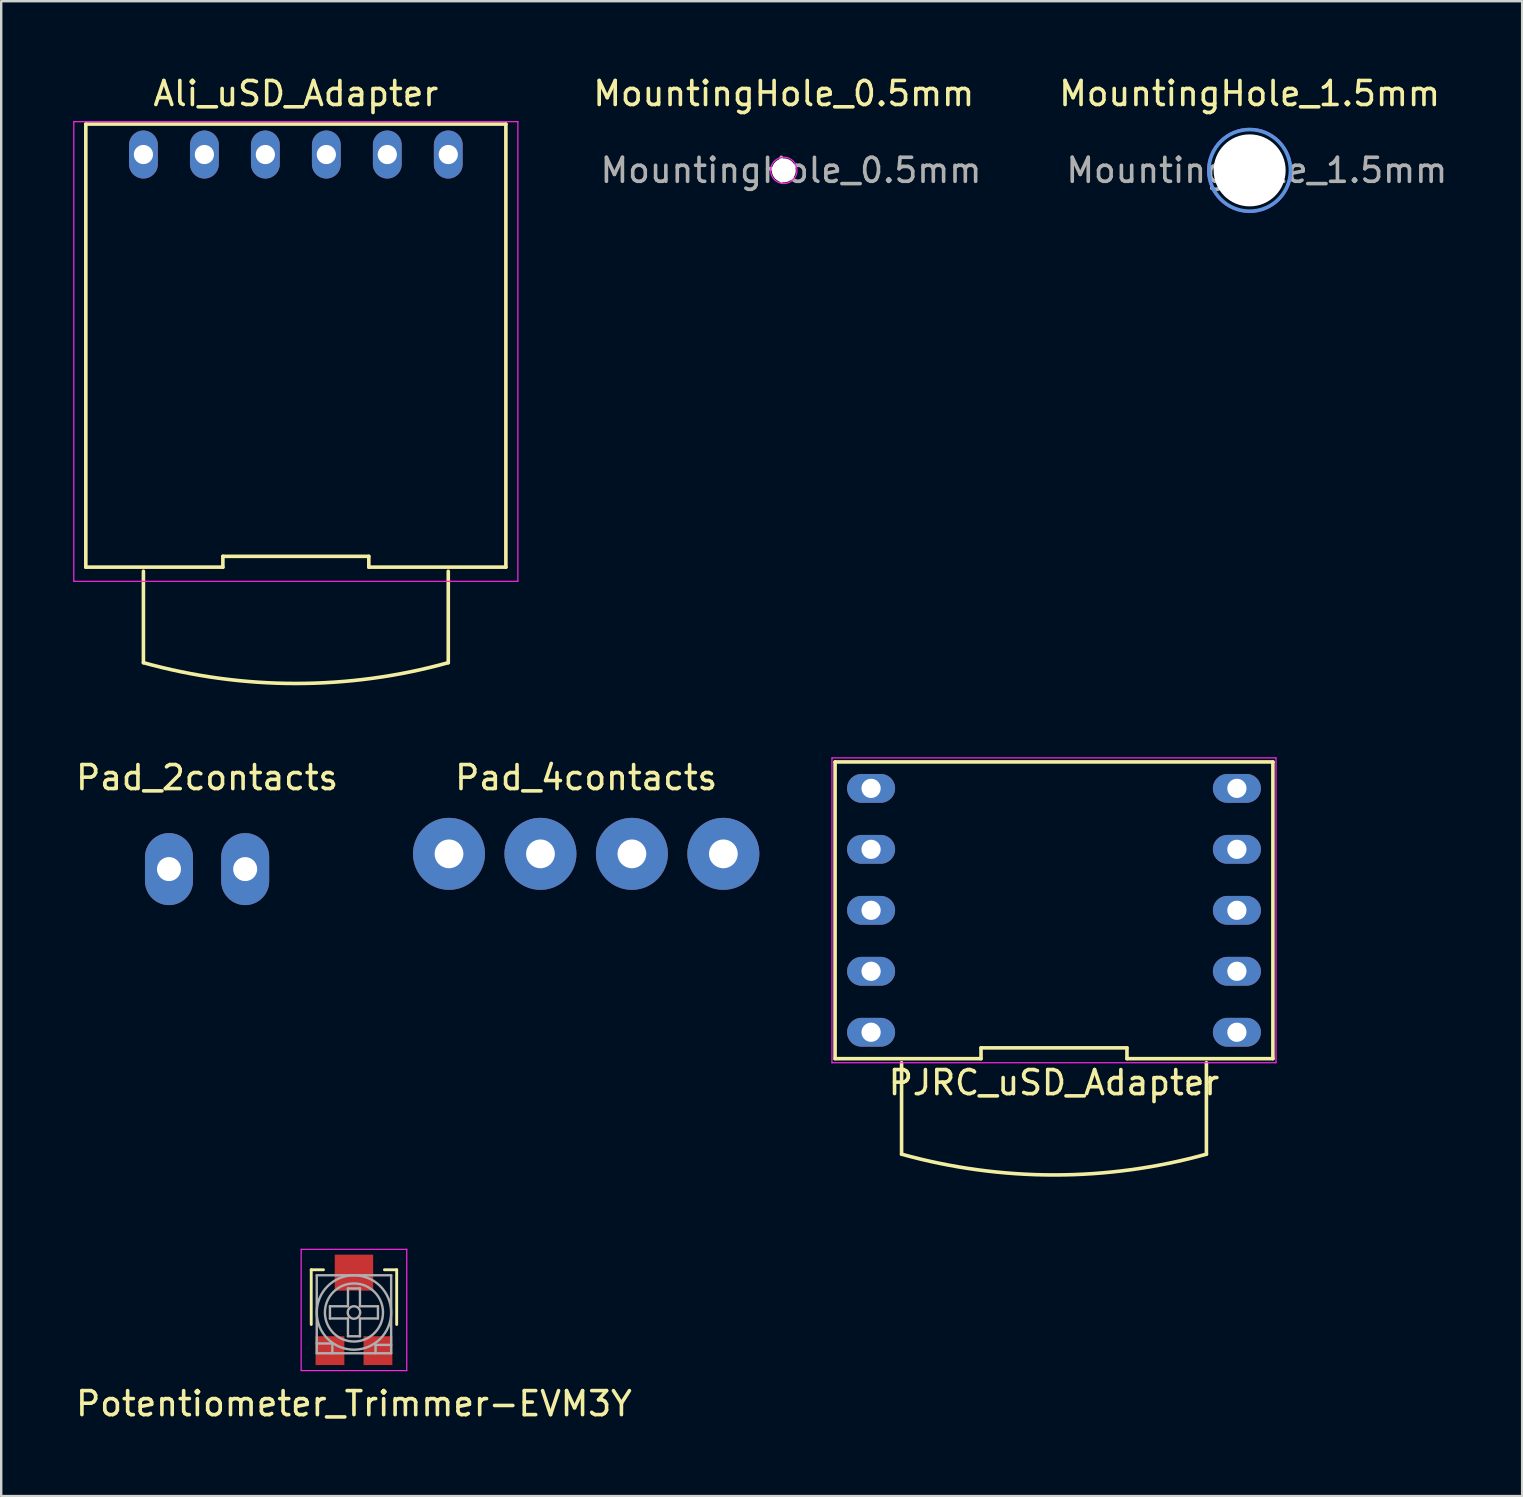
<source format=kicad_pcb>
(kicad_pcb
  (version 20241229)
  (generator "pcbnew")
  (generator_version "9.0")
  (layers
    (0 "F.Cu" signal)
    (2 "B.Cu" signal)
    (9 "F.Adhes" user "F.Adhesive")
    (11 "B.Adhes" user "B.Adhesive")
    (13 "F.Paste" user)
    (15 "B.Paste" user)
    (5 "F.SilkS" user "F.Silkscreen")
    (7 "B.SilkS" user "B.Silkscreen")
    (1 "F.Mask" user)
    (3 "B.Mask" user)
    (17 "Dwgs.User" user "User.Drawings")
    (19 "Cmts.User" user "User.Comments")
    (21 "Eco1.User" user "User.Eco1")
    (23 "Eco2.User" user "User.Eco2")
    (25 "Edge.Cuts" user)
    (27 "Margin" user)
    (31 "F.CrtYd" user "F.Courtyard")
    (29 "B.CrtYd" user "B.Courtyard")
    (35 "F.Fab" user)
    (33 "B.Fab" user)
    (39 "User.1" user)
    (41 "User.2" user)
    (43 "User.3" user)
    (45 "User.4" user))
  (footprint "MountingHole_0.5mm"
    (layer "F.Cu")
    (at 29.604 4.048)
    (property "Reference" "MountingHole_0.5mm" (at 0 -3.2 0) (layer "F.SilkS") (effects (font (size 1 1) (thickness 0.15))))
    (attr exclude_from_pos_files exclude_from_bom)
    (fp_circle (center 0 0) (end 0.55 0) (stroke (width 0.05) (type solid)) (fill no) (layer "F.CrtYd"))
    (fp_text user "${REFERENCE}" (at 0.3 0 0) (layer "F.Fab") (effects (font (size 1 1) (thickness 0.15))))
    (pad "" np_thru_hole circle (at 0 0) (size 1 1) (drill 1) (layers "*.Cu" "*.Mask")))
  (footprint "Ali_uSD_Adapter"
    (layer "F.Cu")
    (at 9.275 12.278)
    (property "Reference" "Ali_uSD_Adapter" (at 0 -11.43 180) (layer "F.SilkS") (effects (font (size 1 1) (thickness 0.15))))
    (attr through_hole)
    (fp_line (start -8.75 -10.16) (end -8.75 8.3) (stroke (width 0.15) (type solid)) (layer "F.SilkS"))
    (fp_line (start -8.75 8.3) (end -3.04 8.3) (stroke (width 0.15) (type solid)) (layer "F.SilkS"))
    (fp_line (start -6.35 12.28) (end -6.35 8.47) (stroke (width 0.15) (type solid)) (layer "F.SilkS"))
    (fp_line (start -3.04 7.85) (end 3.04 7.85) (stroke (width 0.15) (type solid)) (layer "F.SilkS"))
    (fp_line (start -3.04 8.3) (end -3.04 7.85) (stroke (width 0.15) (type solid)) (layer "F.SilkS"))
    (fp_line (start 3.04 7.85) (end 3.04 8.3) (stroke (width 0.15) (type solid)) (layer "F.SilkS"))
    (fp_line (start 3.04 8.3) (end 8.75 8.3) (stroke (width 0.15) (type solid)) (layer "F.SilkS"))
    (fp_line (start 6.35 12.28) (end 6.35 8.47) (stroke (width 0.15) (type solid)) (layer "F.SilkS"))
    (fp_line (start 8.75 -10.16) (end -8.75 -10.16) (stroke (width 0.15) (type solid)) (layer "F.SilkS"))
    (fp_line (start 8.75 8.3) (end 8.75 -10.16) (stroke (width 0.15) (type solid)) (layer "F.SilkS"))
    (fp_arc (start 6.35 12.279999) (mid 0 13.145557) (end -6.349999 12.279999) (stroke (width 0.15) (type solid)) (layer "F.SilkS"))
    (fp_line (start -9.25 -10.26) (end 9.25 -10.26) (stroke (width 0.05) (type solid)) (layer "F.CrtYd"))
    (fp_line (start -9.25 8.89) (end -9.25 -10.26) (stroke (width 0.05) (type solid)) (layer "F.CrtYd"))
    (fp_line (start 9.25 -10.26) (end 9.25 8.89) (stroke (width 0.05) (type solid)) (layer "F.CrtYd"))
    (fp_line (start 9.25 8.89) (end -9.25 8.89) (stroke (width 0.05) (type solid)) (layer "F.CrtYd"))
    (pad "1" thru_hole oval (at 6.35 -8.89 180) (size 1.2 2) (drill 0.8) (layers "*.Cu" "*.Mask"))
    (pad "2" thru_hole oval (at 3.81 -8.89 180) (size 1.2 2) (drill 0.8) (layers "*.Cu" "*.Mask"))
    (pad "3" thru_hole oval (at 1.27 -8.89 180) (size 1.2 2) (drill 0.8) (layers "*.Cu" "*.Mask"))
    (pad "4" thru_hole oval (at -1.27 -8.89 180) (size 1.2 2) (drill 0.8) (layers "*.Cu" "*.Mask"))
    (pad "5" thru_hole oval (at -3.81 -8.89 180) (size 1.2 2) (drill 0.8) (layers "*.Cu" "*.Mask"))
    (pad "6" thru_hole oval (at -6.35 -8.89 180) (size 1.2 2) (drill 0.8) (layers "*.Cu" "*.Mask")))
  (footprint "PJRC_uSD_Adapter"
    (layer "F.Cu")
    (at 40.86 34.874)
    (property "Reference" "PJRC_uSD_Adapter" (at 0 7.18 180) (layer "F.SilkS") (effects (font (size 1 1) (thickness 0.15))))
    (attr through_hole)
    (fp_line (start -9.12 -6.18) (end -9.12 6.18) (stroke (width 0.15) (type solid)) (layer "F.SilkS"))
    (fp_line (start -9.12 6.18) (end -3.04 6.18) (stroke (width 0.15) (type solid)) (layer "F.SilkS"))
    (fp_line (start -6.35 10.16) (end -6.35 6.35) (stroke (width 0.15) (type solid)) (layer "F.SilkS"))
    (fp_line (start -3.04 5.73) (end 3.04 5.73) (stroke (width 0.15) (type solid)) (layer "F.SilkS"))
    (fp_line (start -3.04 6.18) (end -3.04 5.73) (stroke (width 0.15) (type solid)) (layer "F.SilkS"))
    (fp_line (start 3.04 5.73) (end 3.04 6.18) (stroke (width 0.15) (type solid)) (layer "F.SilkS"))
    (fp_line (start 3.04 6.18) (end 9.12 6.18) (stroke (width 0.15) (type solid)) (layer "F.SilkS"))
    (fp_line (start 6.35 10.16) (end 6.35 6.35) (stroke (width 0.15) (type solid)) (layer "F.SilkS"))
    (fp_line (start 9.12 -6.18) (end -9.12 -6.18) (stroke (width 0.15) (type solid)) (layer "F.SilkS"))
    (fp_line (start 9.12 6.18) (end 9.12 -6.18) (stroke (width 0.15) (type solid)) (layer "F.SilkS"))
    (fp_arc (start 6.35 10.159999) (mid 0 11.025557) (end -6.349999 10.159999) (stroke (width 0.15) (type solid)) (layer "F.SilkS"))
    (fp_line (start -9.25 -6.35) (end 9.25 -6.35) (stroke (width 0.05) (type solid)) (layer "F.CrtYd"))
    (fp_line (start -9.25 6.35) (end -9.25 -6.35) (stroke (width 0.05) (type solid)) (layer "F.CrtYd"))
    (fp_line (start 9.25 -6.35) (end 9.25 6.35) (stroke (width 0.05) (type solid)) (layer "F.CrtYd"))
    (fp_line (start 9.25 6.35) (end -9.25 6.35) (stroke (width 0.05) (type solid)) (layer "F.CrtYd"))
    (pad "1" thru_hole oval (at 7.62 5.08 90) (size 1.2 2) (drill 0.8) (layers "*.Cu" "*.Mask"))
    (pad "2" thru_hole oval (at 7.62 2.54 90) (size 1.2 2) (drill 0.8) (layers "*.Cu" "*.Mask"))
    (pad "3" thru_hole oval (at 7.62 0 90) (size 1.2 2) (drill 0.8) (layers "*.Cu" "*.Mask"))
    (pad "4" thru_hole oval (at 7.62 -2.54 90) (size 1.2 2) (drill 0.8) (layers "*.Cu" "*.Mask"))
    (pad "5" thru_hole oval (at 7.62 -5.08 90) (size 1.2 2) (drill 0.8) (layers "*.Cu" "*.Mask"))
    (pad "6" thru_hole oval (at -7.62 -5.08 90) (size 1.2 2) (drill 0.8) (layers "*.Cu" "*.Mask"))
    (pad "7" thru_hole oval (at -7.62 -2.54 90) (size 1.2 2) (drill 0.8) (layers "*.Cu" "*.Mask"))
    (pad "8" thru_hole oval (at -7.62 0 90) (size 1.2 2) (drill 0.8) (layers "*.Cu" "*.Mask"))
    (pad "9" thru_hole oval (at -7.62 2.54 90) (size 1.2 2) (drill 0.8) (layers "*.Cu" "*.Mask"))
    (pad "10" thru_hole oval (at -7.62 5.08 90) (size 1.2 2) (drill 0.8) (layers "*.Cu" "*.Mask")))
  (footprint "Pad_2contacts"
    (layer "F.Cu")
    (at 5.577 33.157)
    (property "Reference" "Pad_2contacts" (at 0 -3.81 0) (layer "F.SilkS") (effects (font (size 1 1) (thickness 0.15))))
    (attr through_hole)
    (pad "1" thru_hole oval (at -1.587 0) (size 2 3) (drill 1) (layers "*.Cu" "*.Mask"))
    (pad "2" thru_hole oval (at 1.587 0) (size 2 3) (drill 1) (layers "*.Cu" "*.Mask")))
  (footprint "MountingHole_1.5mm"
    (layer "F.Cu")
    (at 49.011 4.048)
    (property "Reference" "MountingHole_1.5mm" (at 0 -3.2 0) (layer "F.SilkS") (effects (font (size 1 1) (thickness 0.15))))
    (attr exclude_from_pos_files exclude_from_bom)
    (fp_circle (center 0 0) (end 1.7 0) (stroke (width 0.15) (type solid)) (fill no) (layer "Cmts.User"))
    (fp_circle (center 0 0) (end 1.75 0) (stroke (width 0.05) (type solid)) (fill no) (layer "F.CrtYd"))
    (fp_text user "${REFERENCE}" (at 0.3 0 0) (layer "F.Fab") (effects (font (size 1 1) (thickness 0.15))))
    (pad "" np_thru_hole circle (at 0 0) (size 3 3) (drill 3) (layers "*.Cu" "*.Mask")))
  (footprint "Pad_4contacts"
    (layer "F.Cu")
    (at 21.37 32.522)
    (property "Reference" "Pad_4contacts" (at 0 -3.175 0) (layer "F.SilkS") (effects (font (size 1 1) (thickness 0.15))))
    (attr through_hole)
    (pad "1" thru_hole circle (at -5.715 0) (size 3 3) (drill 1.199) (layers "*.Cu" "*.Mask"))
    (pad "2" thru_hole circle (at -1.905 0) (size 3 3) (drill 1.199) (layers "*.Cu" "*.Mask"))
    (pad "3" thru_hole circle (at 1.905 0) (size 3 3) (drill 1.199) (layers "*.Cu" "*.Mask"))
    (pad "4" thru_hole circle (at 5.715 0) (size 3 3) (drill 1.199) (layers "*.Cu" "*.Mask")))
  (footprint "Potentiometer_Trimmer-EVM3Y"
    (layer "F.Cu")
    (at 11.696 51.619)
    (property "Reference" "Potentiometer_Trimmer-EVM3Y" (at 0 3.81 0) (layer "F.SilkS") (effects (font (size 1 1) (thickness 0.15))))
    (attr smd)
    (fp_line (start -1.78 -1.77) (end -1.27 -1.77) (stroke (width 0.12) (type solid)) (layer "F.SilkS"))
    (fp_line (start -1.78 0.51) (end -1.78 -1.77) (stroke (width 0.12) (type solid)) (layer "F.SilkS"))
    (fp_line (start 1.27 -1.77) (end 1.78 -1.77) (stroke (width 0.12) (type solid)) (layer "F.SilkS"))
    (fp_line (start 1.78 -1.77) (end 1.78 0.51) (stroke (width 0.12) (type solid)) (layer "F.SilkS"))
    (fp_line (start -2.2 -2.62) (end 2.2 -2.62) (stroke (width 0.05) (type solid)) (layer "F.CrtYd"))
    (fp_line (start -2.2 2.43) (end -2.2 -2.62) (stroke (width 0.05) (type solid)) (layer "F.CrtYd"))
    (fp_line (start 2.2 -2.62) (end 2.2 2.43) (stroke (width 0.05) (type solid)) (layer "F.CrtYd"))
    (fp_line (start 2.2 2.43) (end -2.2 2.43) (stroke (width 0.05) (type solid)) (layer "F.CrtYd"))
    (fp_line (start -1.55 -1.54) (end 1.55 -1.54) (stroke (width 0.1) (type solid)) (layer "F.Fab"))
    (fp_line (start -1.55 1.3) (end -0.9 1.3) (stroke (width 0.1) (type solid)) (layer "F.Fab"))
    (fp_line (start -1.55 1.71) (end -1.55 -1.54) (stroke (width 0.1) (type solid)) (layer "F.Fab"))
    (fp_line (start -1 -0.25) (end -0.25 -0.25) (stroke (width 0.1) (type solid)) (layer "F.Fab"))
    (fp_line (start -1 0.26) (end -1 -0.25) (stroke (width 0.1) (type solid)) (layer "F.Fab"))
    (fp_line (start -0.9 1.3) (end -0.9 1.71) (stroke (width 0.1) (type solid)) (layer "F.Fab"))
    (fp_line (start -0.25 -0.99) (end 0.25 -0.99) (stroke (width 0.1) (type solid)) (layer "F.Fab"))
    (fp_line (start -0.25 -0.25) (end -0.25 -0.99) (stroke (width 0.1) (type solid)) (layer "F.Fab"))
    (fp_line (start -0.25 0.26) (end -1 0.26) (stroke (width 0.1) (type solid)) (layer "F.Fab"))
    (fp_line (start -0.25 1) (end -0.25 0.26) (stroke (width 0.1) (type solid)) (layer "F.Fab"))
    (fp_line (start 0.25 -0.99) (end 0.25 -0.25) (stroke (width 0.1) (type solid)) (layer "F.Fab"))
    (fp_line (start 0.25 -0.25) (end 1 -0.25) (stroke (width 0.1) (type solid)) (layer "F.Fab"))
    (fp_line (start 0.25 0.26) (end 0.25 1) (stroke (width 0.1) (type solid)) (layer "F.Fab"))
    (fp_line (start 0.25 1) (end -0.25 1) (stroke (width 0.1) (type solid)) (layer "F.Fab"))
    (fp_line (start 0.9 1.36) (end 0.9 1.71) (stroke (width 0.1) (type solid)) (layer "F.Fab"))
    (fp_line (start 1 -0.25) (end 1 0.26) (stroke (width 0.1) (type solid)) (layer "F.Fab"))
    (fp_line (start 1 0.26) (end 0.25 0.26) (stroke (width 0.1) (type solid)) (layer "F.Fab"))
    (fp_line (start 1.55 -1.54) (end 1.55 1.71) (stroke (width 0.1) (type solid)) (layer "F.Fab"))
    (fp_line (start 1.55 1.36) (end 0.9 1.36) (stroke (width 0.1) (type solid)) (layer "F.Fab"))
    (fp_line (start 1.55 1.71) (end -1.55 1.71) (stroke (width 0.1) (type solid)) (layer "F.Fab"))
    (fp_circle (center 0 0.01) (end 0 -1.54) (stroke (width 0.1) (type solid)) (fill no) (layer "F.Fab"))
    (fp_circle (center 0 0.01) (end 0 -1.2) (stroke (width 0.1) (type solid)) (fill no) (layer "F.Fab"))
    (fp_circle (center 0 0.01) (end 0 -0.25) (stroke (width 0.1) (type solid)) (fill no) (layer "F.Fab"))
    (pad "1" smd rect (at -1 1.6) (size 1.2 1.2) (layers "F.Cu" "F.Mask" "F.Paste"))
    (pad "2" smd rect (at 0 -1.65) (size 1.6 1.5) (layers "F.Cu" "F.Mask" "F.Paste"))
    (pad "3" smd rect (at 1 1.6) (size 1.2 1.2) (layers "F.Cu" "F.Mask" "F.Paste")))
  (gr_rect
    (start -3 -3)
    (end 60.364 59.278)
    (stroke (width 0.1) (type default))
    (fill no)
    (layer "Edge.Cuts")))
</source>
